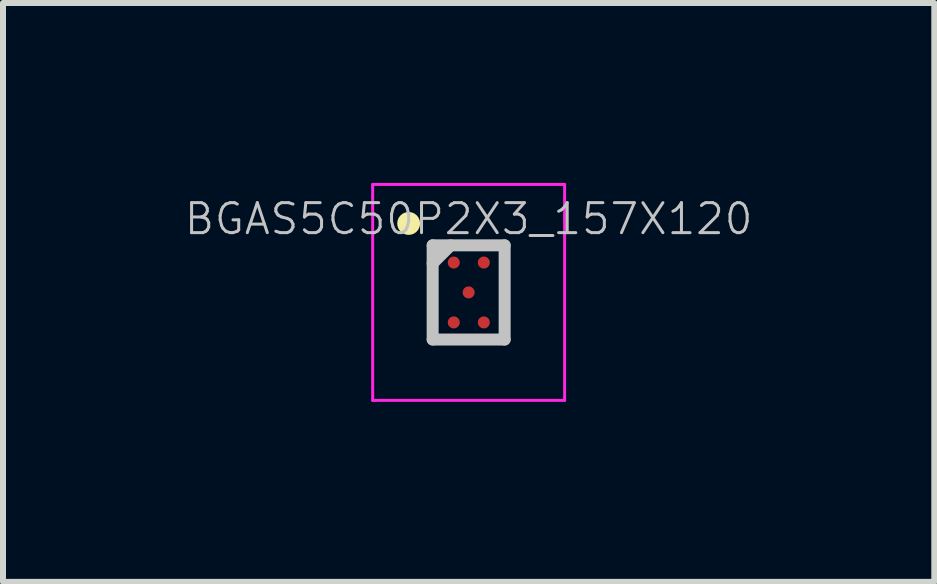
<source format=kicad_pcb>
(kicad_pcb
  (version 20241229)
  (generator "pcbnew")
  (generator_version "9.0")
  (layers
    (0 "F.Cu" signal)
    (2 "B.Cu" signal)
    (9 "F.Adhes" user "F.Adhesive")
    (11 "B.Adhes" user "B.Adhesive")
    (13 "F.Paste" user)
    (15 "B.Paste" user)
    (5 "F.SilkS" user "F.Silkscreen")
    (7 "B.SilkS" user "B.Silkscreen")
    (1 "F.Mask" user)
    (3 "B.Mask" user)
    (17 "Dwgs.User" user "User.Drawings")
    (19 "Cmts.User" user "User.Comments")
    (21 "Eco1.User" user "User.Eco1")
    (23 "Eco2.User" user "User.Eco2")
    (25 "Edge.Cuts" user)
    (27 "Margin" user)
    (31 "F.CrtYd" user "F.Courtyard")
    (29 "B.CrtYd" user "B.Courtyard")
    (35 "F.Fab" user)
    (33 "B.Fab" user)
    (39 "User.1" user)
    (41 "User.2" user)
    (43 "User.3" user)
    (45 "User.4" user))
  (footprint "BGAS5C50P2X3_157X120"
    (layer "F.Cu")
    (at 4.763 1.825)
    (property "Reference" "BGAS5C50P2X3_157X120" (at 0 -1.225 0) (layer "Dwgs.User") (effects (font (size 0.5 0.5) (thickness 0.05))))
    (attr smd)
    (fp_line (start -1 -1.15) (end -1 -1.15) (stroke (width 0.381) (type solid)) (layer "F.SilkS"))
    (fp_line (start -0.6 -0.785) (end -0.6 0.785) (stroke (width 0.2) (type solid)) (layer "Dwgs.User"))
    (fp_line (start -0.6 -0.785) (end 0.6 -0.785) (stroke (width 0.2) (type solid)) (layer "Dwgs.User"))
    (fp_line (start -0.6 -0.485) (end -0.3 -0.785) (stroke (width 0.2) (type solid)) (layer "Dwgs.User"))
    (fp_line (start -0.6 0.785) (end 0.6 0.785) (stroke (width 0.2) (type solid)) (layer "Dwgs.User"))
    (fp_line (start 0.6 -0.785) (end 0.6 0.785) (stroke (width 0.2) (type solid)) (layer "Dwgs.User"))
    (fp_line (start -1.6 -1.8) (end -1.6 1.8) (stroke (width 0.05) (type solid)) (layer "F.CrtYd"))
    (fp_line (start -1.6 -1.8) (end 1.6 -1.8) (stroke (width 0.05) (type solid)) (layer "F.CrtYd"))
    (fp_line (start -1.6 1.8) (end 1.6 1.8) (stroke (width 0.05) (type solid)) (layer "F.CrtYd"))
    (fp_line (start 1.6 -1.8) (end 1.6 1.8) (stroke (width 0.05) (type solid)) (layer "F.CrtYd"))
    (pad "A1" smd circle (at -0.248 -0.498) (size 0.2 0.2) (layers "F.Cu" "F.Mask" "F.Paste"))
    (pad "A2" smd circle (at 0.253 -0.498) (size 0.2 0.2) (layers "F.Cu" "F.Mask" "F.Paste"))
    (pad "B1" smd circle (at 0 0) (size 0.2 0.2) (layers "F.Cu" "F.Mask" "F.Paste"))
    (pad "C1" smd circle (at -0.248 0.5) (size 0.2 0.2) (layers "F.Cu" "F.Mask" "F.Paste"))
    (pad "C2" smd circle (at 0.253 0.5) (size 0.2 0.2) (layers "F.Cu" "F.Mask" "F.Paste")))
  (gr_rect
    (start -3 -3)
    (end 12.526 6.65)
    (stroke (width 0.1) (type default))
    (fill no)
    (layer "Edge.Cuts")))
</source>
